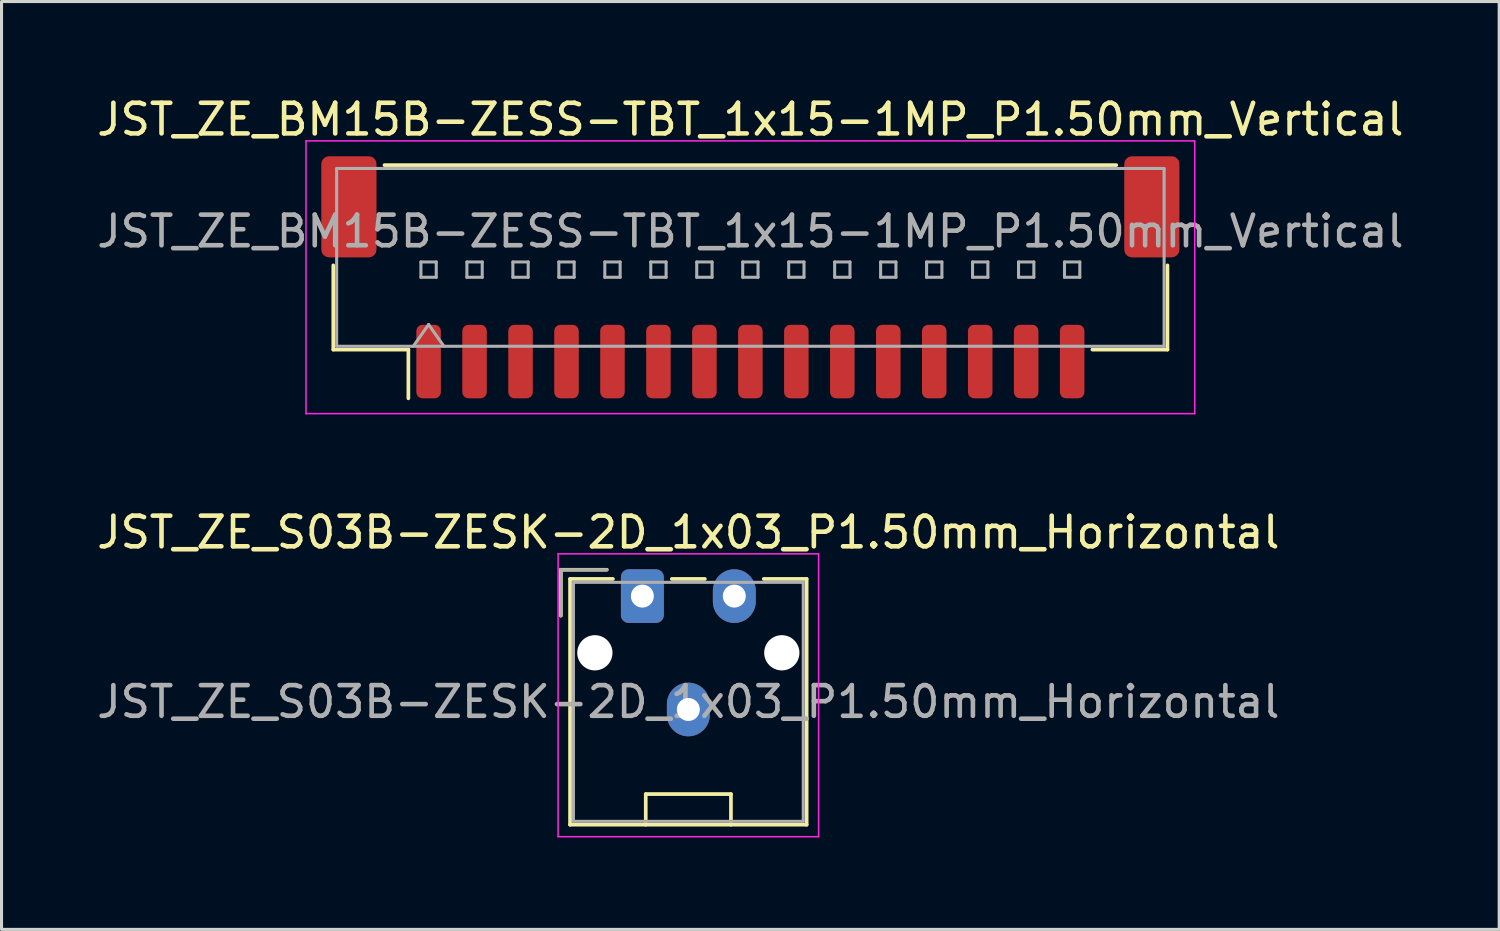
<source format=kicad_pcb>
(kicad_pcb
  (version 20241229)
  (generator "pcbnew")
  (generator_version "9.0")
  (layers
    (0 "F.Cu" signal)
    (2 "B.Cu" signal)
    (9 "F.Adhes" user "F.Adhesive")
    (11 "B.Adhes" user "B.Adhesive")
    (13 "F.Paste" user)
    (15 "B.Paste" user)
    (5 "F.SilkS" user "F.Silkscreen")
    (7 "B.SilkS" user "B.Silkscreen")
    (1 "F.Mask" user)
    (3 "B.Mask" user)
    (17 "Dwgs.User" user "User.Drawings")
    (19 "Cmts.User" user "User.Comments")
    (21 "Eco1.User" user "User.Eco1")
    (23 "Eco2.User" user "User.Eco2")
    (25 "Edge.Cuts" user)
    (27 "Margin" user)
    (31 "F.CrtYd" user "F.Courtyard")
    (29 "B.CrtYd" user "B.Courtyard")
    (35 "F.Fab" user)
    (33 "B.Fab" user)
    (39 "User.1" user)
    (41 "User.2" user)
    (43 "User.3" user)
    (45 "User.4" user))
  (footprint "JST_ZE_S03B-ZESK-2D_1x03_P1.50mm_Horizontal"
    (layer "F.Cu")
    (at 17.911 16.401)
    (property "Reference" "JST_ZE_S03B-ZESK-2D_1x03_P1.50mm_Horizontal" (at 1.5 -2.08 0) (layer "F.SilkS") (effects (font (size 1 1) (thickness 0.15))))
    (attr through_hole)
    (fp_line (start -2.66 -0.86) (end -1.16 -0.86) (stroke (width 0.12) (type solid)) (layer "F.SilkS"))
    (fp_line (start -2.66 0.64) (end -2.66 -0.86) (stroke (width 0.12) (type solid)) (layer "F.SilkS"))
    (fp_line (start -2.36 -0.56) (end -2.36 7.46) (stroke (width 0.12) (type solid)) (layer "F.SilkS"))
    (fp_line (start -2.36 7.46) (end 5.36 7.46) (stroke (width 0.12) (type solid)) (layer "F.SilkS"))
    (fp_line (start -0.96 -0.56) (end -2.36 -0.56) (stroke (width 0.12) (type solid)) (layer "F.SilkS"))
    (fp_line (start 0.11 6.46) (end 2.89 6.46) (stroke (width 0.12) (type solid)) (layer "F.SilkS"))
    (fp_line (start 0.11 7.46) (end 0.11 6.46) (stroke (width 0.12) (type solid)) (layer "F.SilkS"))
    (fp_line (start 0.96 -0.56) (end 2.04 -0.56) (stroke (width 0.12) (type solid)) (layer "F.SilkS"))
    (fp_line (start 2.89 6.46) (end 2.89 7.46) (stroke (width 0.12) (type solid)) (layer "F.SilkS"))
    (fp_line (start 5.36 -0.56) (end 3.96 -0.56) (stroke (width 0.12) (type solid)) (layer "F.SilkS"))
    (fp_line (start 5.36 7.46) (end 5.36 -0.56) (stroke (width 0.12) (type solid)) (layer "F.SilkS"))
    (fp_line (start -2.75 -1.38) (end -2.75 7.85) (stroke (width 0.05) (type solid)) (layer "F.CrtYd"))
    (fp_line (start -2.75 7.85) (end 5.75 7.85) (stroke (width 0.05) (type solid)) (layer "F.CrtYd"))
    (fp_line (start 5.75 -1.38) (end -2.75 -1.38) (stroke (width 0.05) (type solid)) (layer "F.CrtYd"))
    (fp_line (start 5.75 7.85) (end 5.75 -1.38) (stroke (width 0.05) (type solid)) (layer "F.CrtYd"))
    (fp_line (start -2.66 -0.86) (end -1.16 -0.86) (stroke (width 0.1) (type solid)) (layer "F.Fab"))
    (fp_line (start -2.66 0.64) (end -2.66 -0.86) (stroke (width 0.1) (type solid)) (layer "F.Fab"))
    (fp_line (start -2.25 -0.45) (end -2.25 7.35) (stroke (width 0.1) (type solid)) (layer "F.Fab"))
    (fp_line (start -2.25 7.35) (end 5.25 7.35) (stroke (width 0.1) (type solid)) (layer "F.Fab"))
    (fp_line (start 5.25 -0.45) (end -2.25 -0.45) (stroke (width 0.1) (type solid)) (layer "F.Fab"))
    (fp_line (start 5.25 7.35) (end 5.25 -0.45) (stroke (width 0.1) (type solid)) (layer "F.Fab"))
    (fp_text user "${REFERENCE}" (at 1.5 3.45 0) (layer "F.Fab") (effects (font (size 1 1) (thickness 0.15))))
    (pad "" np_thru_hole circle (at -1.55 1.85) (size 1.15 1.15) (drill 1.15) (layers "*.Cu" "*.Mask"))
    (pad "" np_thru_hole circle (at 4.55 1.85) (size 1.15 1.15) (drill 1.15) (layers "*.Cu" "*.Mask"))
    (pad "1" thru_hole roundrect (at 0 0) (size 1.4 1.75) (drill 0.75) (layers "*.Cu" "*.Mask") (roundrect_rratio 0.179))
    (pad "2" thru_hole oval (at 1.5 3.7) (size 1.4 1.75) (drill 0.75) (layers "*.Cu" "*.Mask"))
    (pad "3" thru_hole oval (at 3 0) (size 1.4 1.75) (drill 0.75) (layers "*.Cu" "*.Mask")))
  (footprint "JST_ZE_BM15B-ZESS-TBT_1x15-1MP_P1.50mm_Vertical"
    (layer "F.Cu")
    (at 21.435 5.998)
    (property "Reference" "JST_ZE_BM15B-ZESS-TBT_1x15-1MP_P1.50mm_Vertical" (at 0 -5.15 0) (layer "F.SilkS") (effects (font (size 1 1) (thickness 0.15))))
    (attr smd)
    (fp_line (start -13.61 -0.39) (end -13.61 2.36) (stroke (width 0.12) (type solid)) (layer "F.SilkS"))
    (fp_line (start -13.61 2.36) (end -11.16 2.36) (stroke (width 0.12) (type solid)) (layer "F.SilkS"))
    (fp_line (start -11.94 -3.66) (end 11.94 -3.66) (stroke (width 0.12) (type solid)) (layer "F.SilkS"))
    (fp_line (start -11.16 2.36) (end -11.16 3.95) (stroke (width 0.12) (type solid)) (layer "F.SilkS"))
    (fp_line (start 13.61 -0.39) (end 13.61 2.36) (stroke (width 0.12) (type solid)) (layer "F.SilkS"))
    (fp_line (start 13.61 2.36) (end 11.16 2.36) (stroke (width 0.12) (type solid)) (layer "F.SilkS"))
    (fp_line (start -14.5 -4.45) (end -14.5 4.45) (stroke (width 0.05) (type solid)) (layer "F.CrtYd"))
    (fp_line (start -14.5 4.45) (end 14.5 4.45) (stroke (width 0.05) (type solid)) (layer "F.CrtYd"))
    (fp_line (start 14.5 -4.45) (end -14.5 -4.45) (stroke (width 0.05) (type solid)) (layer "F.CrtYd"))
    (fp_line (start 14.5 4.45) (end 14.5 -4.45) (stroke (width 0.05) (type solid)) (layer "F.CrtYd"))
    (fp_line (start -13.5 -3.55) (end 13.5 -3.55) (stroke (width 0.1) (type solid)) (layer "F.Fab"))
    (fp_line (start -13.5 2.25) (end -13.5 -3.55) (stroke (width 0.1) (type solid)) (layer "F.Fab"))
    (fp_line (start -13.5 2.25) (end 13.5 2.25) (stroke (width 0.1) (type solid)) (layer "F.Fab"))
    (fp_line (start -11 2.25) (end -10.5 1.543) (stroke (width 0.1) (type solid)) (layer "F.Fab"))
    (fp_line (start -10.75 -0.5) (end -10.75 0) (stroke (width 0.1) (type solid)) (layer "F.Fab"))
    (fp_line (start -10.75 0) (end -10.25 0) (stroke (width 0.1) (type solid)) (layer "F.Fab"))
    (fp_line (start -10.5 1.543) (end -10 2.25) (stroke (width 0.1) (type solid)) (layer "F.Fab"))
    (fp_line (start -10.25 -0.5) (end -10.75 -0.5) (stroke (width 0.1) (type solid)) (layer "F.Fab"))
    (fp_line (start -10.25 0) (end -10.25 -0.5) (stroke (width 0.1) (type solid)) (layer "F.Fab"))
    (fp_line (start -9.25 -0.5) (end -9.25 0) (stroke (width 0.1) (type solid)) (layer "F.Fab"))
    (fp_line (start -9.25 0) (end -8.75 0) (stroke (width 0.1) (type solid)) (layer "F.Fab"))
    (fp_line (start -8.75 -0.5) (end -9.25 -0.5) (stroke (width 0.1) (type solid)) (layer "F.Fab"))
    (fp_line (start -8.75 0) (end -8.75 -0.5) (stroke (width 0.1) (type solid)) (layer "F.Fab"))
    (fp_line (start -7.75 -0.5) (end -7.75 0) (stroke (width 0.1) (type solid)) (layer "F.Fab"))
    (fp_line (start -7.75 0) (end -7.25 0) (stroke (width 0.1) (type solid)) (layer "F.Fab"))
    (fp_line (start -7.25 -0.5) (end -7.75 -0.5) (stroke (width 0.1) (type solid)) (layer "F.Fab"))
    (fp_line (start -7.25 0) (end -7.25 -0.5) (stroke (width 0.1) (type solid)) (layer "F.Fab"))
    (fp_line (start -6.25 -0.5) (end -6.25 0) (stroke (width 0.1) (type solid)) (layer "F.Fab"))
    (fp_line (start -6.25 0) (end -5.75 0) (stroke (width 0.1) (type solid)) (layer "F.Fab"))
    (fp_line (start -5.75 -0.5) (end -6.25 -0.5) (stroke (width 0.1) (type solid)) (layer "F.Fab"))
    (fp_line (start -5.75 0) (end -5.75 -0.5) (stroke (width 0.1) (type solid)) (layer "F.Fab"))
    (fp_line (start -4.75 -0.5) (end -4.75 0) (stroke (width 0.1) (type solid)) (layer "F.Fab"))
    (fp_line (start -4.75 0) (end -4.25 0) (stroke (width 0.1) (type solid)) (layer "F.Fab"))
    (fp_line (start -4.25 -0.5) (end -4.75 -0.5) (stroke (width 0.1) (type solid)) (layer "F.Fab"))
    (fp_line (start -4.25 0) (end -4.25 -0.5) (stroke (width 0.1) (type solid)) (layer "F.Fab"))
    (fp_line (start -3.25 -0.5) (end -3.25 0) (stroke (width 0.1) (type solid)) (layer "F.Fab"))
    (fp_line (start -3.25 0) (end -2.75 0) (stroke (width 0.1) (type solid)) (layer "F.Fab"))
    (fp_line (start -2.75 -0.5) (end -3.25 -0.5) (stroke (width 0.1) (type solid)) (layer "F.Fab"))
    (fp_line (start -2.75 0) (end -2.75 -0.5) (stroke (width 0.1) (type solid)) (layer "F.Fab"))
    (fp_line (start -1.75 -0.5) (end -1.75 0) (stroke (width 0.1) (type solid)) (layer "F.Fab"))
    (fp_line (start -1.75 0) (end -1.25 0) (stroke (width 0.1) (type solid)) (layer "F.Fab"))
    (fp_line (start -1.25 -0.5) (end -1.75 -0.5) (stroke (width 0.1) (type solid)) (layer "F.Fab"))
    (fp_line (start -1.25 0) (end -1.25 -0.5) (stroke (width 0.1) (type solid)) (layer "F.Fab"))
    (fp_line (start -0.25 -0.5) (end -0.25 0) (stroke (width 0.1) (type solid)) (layer "F.Fab"))
    (fp_line (start -0.25 0) (end 0.25 0) (stroke (width 0.1) (type solid)) (layer "F.Fab"))
    (fp_line (start 0.25 -0.5) (end -0.25 -0.5) (stroke (width 0.1) (type solid)) (layer "F.Fab"))
    (fp_line (start 0.25 0) (end 0.25 -0.5) (stroke (width 0.1) (type solid)) (layer "F.Fab"))
    (fp_line (start 1.25 -0.5) (end 1.25 0) (stroke (width 0.1) (type solid)) (layer "F.Fab"))
    (fp_line (start 1.25 0) (end 1.75 0) (stroke (width 0.1) (type solid)) (layer "F.Fab"))
    (fp_line (start 1.75 -0.5) (end 1.25 -0.5) (stroke (width 0.1) (type solid)) (layer "F.Fab"))
    (fp_line (start 1.75 0) (end 1.75 -0.5) (stroke (width 0.1) (type solid)) (layer "F.Fab"))
    (fp_line (start 2.75 -0.5) (end 2.75 0) (stroke (width 0.1) (type solid)) (layer "F.Fab"))
    (fp_line (start 2.75 0) (end 3.25 0) (stroke (width 0.1) (type solid)) (layer "F.Fab"))
    (fp_line (start 3.25 -0.5) (end 2.75 -0.5) (stroke (width 0.1) (type solid)) (layer "F.Fab"))
    (fp_line (start 3.25 0) (end 3.25 -0.5) (stroke (width 0.1) (type solid)) (layer "F.Fab"))
    (fp_line (start 4.25 -0.5) (end 4.25 0) (stroke (width 0.1) (type solid)) (layer "F.Fab"))
    (fp_line (start 4.25 0) (end 4.75 0) (stroke (width 0.1) (type solid)) (layer "F.Fab"))
    (fp_line (start 4.75 -0.5) (end 4.25 -0.5) (stroke (width 0.1) (type solid)) (layer "F.Fab"))
    (fp_line (start 4.75 0) (end 4.75 -0.5) (stroke (width 0.1) (type solid)) (layer "F.Fab"))
    (fp_line (start 5.75 -0.5) (end 5.75 0) (stroke (width 0.1) (type solid)) (layer "F.Fab"))
    (fp_line (start 5.75 0) (end 6.25 0) (stroke (width 0.1) (type solid)) (layer "F.Fab"))
    (fp_line (start 6.25 -0.5) (end 5.75 -0.5) (stroke (width 0.1) (type solid)) (layer "F.Fab"))
    (fp_line (start 6.25 0) (end 6.25 -0.5) (stroke (width 0.1) (type solid)) (layer "F.Fab"))
    (fp_line (start 7.25 -0.5) (end 7.25 0) (stroke (width 0.1) (type solid)) (layer "F.Fab"))
    (fp_line (start 7.25 0) (end 7.75 0) (stroke (width 0.1) (type solid)) (layer "F.Fab"))
    (fp_line (start 7.75 -0.5) (end 7.25 -0.5) (stroke (width 0.1) (type solid)) (layer "F.Fab"))
    (fp_line (start 7.75 0) (end 7.75 -0.5) (stroke (width 0.1) (type solid)) (layer "F.Fab"))
    (fp_line (start 8.75 -0.5) (end 8.75 0) (stroke (width 0.1) (type solid)) (layer "F.Fab"))
    (fp_line (start 8.75 0) (end 9.25 0) (stroke (width 0.1) (type solid)) (layer "F.Fab"))
    (fp_line (start 9.25 -0.5) (end 8.75 -0.5) (stroke (width 0.1) (type solid)) (layer "F.Fab"))
    (fp_line (start 9.25 0) (end 9.25 -0.5) (stroke (width 0.1) (type solid)) (layer "F.Fab"))
    (fp_line (start 10.25 -0.5) (end 10.25 0) (stroke (width 0.1) (type solid)) (layer "F.Fab"))
    (fp_line (start 10.25 0) (end 10.75 0) (stroke (width 0.1) (type solid)) (layer "F.Fab"))
    (fp_line (start 10.75 -0.5) (end 10.25 -0.5) (stroke (width 0.1) (type solid)) (layer "F.Fab"))
    (fp_line (start 10.75 0) (end 10.75 -0.5) (stroke (width 0.1) (type solid)) (layer "F.Fab"))
    (fp_line (start 13.5 2.25) (end 13.5 -3.55) (stroke (width 0.1) (type solid)) (layer "F.Fab"))
    (fp_text user "${REFERENCE}" (at 0 -1.5 0) (layer "F.Fab") (effects (font (size 1 1) (thickness 0.15))))
    (pad "1" smd roundrect (at -10.5 2.75) (size 0.8 2.4) (layers "F.Cu" "F.Mask" "F.Paste") (roundrect_rratio 0.25))
    (pad "2" smd roundrect (at -9 2.75) (size 0.8 2.4) (layers "F.Cu" "F.Mask" "F.Paste") (roundrect_rratio 0.25))
    (pad "3" smd roundrect (at -7.5 2.75) (size 0.8 2.4) (layers "F.Cu" "F.Mask" "F.Paste") (roundrect_rratio 0.25))
    (pad "4" smd roundrect (at -6 2.75) (size 0.8 2.4) (layers "F.Cu" "F.Mask" "F.Paste") (roundrect_rratio 0.25))
    (pad "5" smd roundrect (at -4.5 2.75) (size 0.8 2.4) (layers "F.Cu" "F.Mask" "F.Paste") (roundrect_rratio 0.25))
    (pad "6" smd roundrect (at -3 2.75) (size 0.8 2.4) (layers "F.Cu" "F.Mask" "F.Paste") (roundrect_rratio 0.25))
    (pad "7" smd roundrect (at -1.5 2.75) (size 0.8 2.4) (layers "F.Cu" "F.Mask" "F.Paste") (roundrect_rratio 0.25))
    (pad "8" smd roundrect (at 0 2.75) (size 0.8 2.4) (layers "F.Cu" "F.Mask" "F.Paste") (roundrect_rratio 0.25))
    (pad "9" smd roundrect (at 1.5 2.75) (size 0.8 2.4) (layers "F.Cu" "F.Mask" "F.Paste") (roundrect_rratio 0.25))
    (pad "10" smd roundrect (at 3 2.75) (size 0.8 2.4) (layers "F.Cu" "F.Mask" "F.Paste") (roundrect_rratio 0.25))
    (pad "11" smd roundrect (at 4.5 2.75) (size 0.8 2.4) (layers "F.Cu" "F.Mask" "F.Paste") (roundrect_rratio 0.25))
    (pad "12" smd roundrect (at 6 2.75) (size 0.8 2.4) (layers "F.Cu" "F.Mask" "F.Paste") (roundrect_rratio 0.25))
    (pad "13" smd roundrect (at 7.5 2.75) (size 0.8 2.4) (layers "F.Cu" "F.Mask" "F.Paste") (roundrect_rratio 0.25))
    (pad "14" smd roundrect (at 9 2.75) (size 0.8 2.4) (layers "F.Cu" "F.Mask" "F.Paste") (roundrect_rratio 0.25))
    (pad "15" smd roundrect (at 10.5 2.75) (size 0.8 2.4) (layers "F.Cu" "F.Mask" "F.Paste") (roundrect_rratio 0.25))
    (pad "MP" smd roundrect (at -13.1 -2.3) (size 1.8 3.3) (layers "F.Cu" "F.Mask" "F.Paste") (roundrect_rratio 0.139))
    (pad "MP" smd roundrect (at 13.1 -2.3) (size 1.8 3.3) (layers "F.Cu" "F.Mask" "F.Paste") (roundrect_rratio 0.139)))
  (gr_rect
    (start -3 -3)
    (end 45.869 27.276)
    (stroke (width 0.1) (type default))
    (fill no)
    (layer "Edge.Cuts")))
</source>
